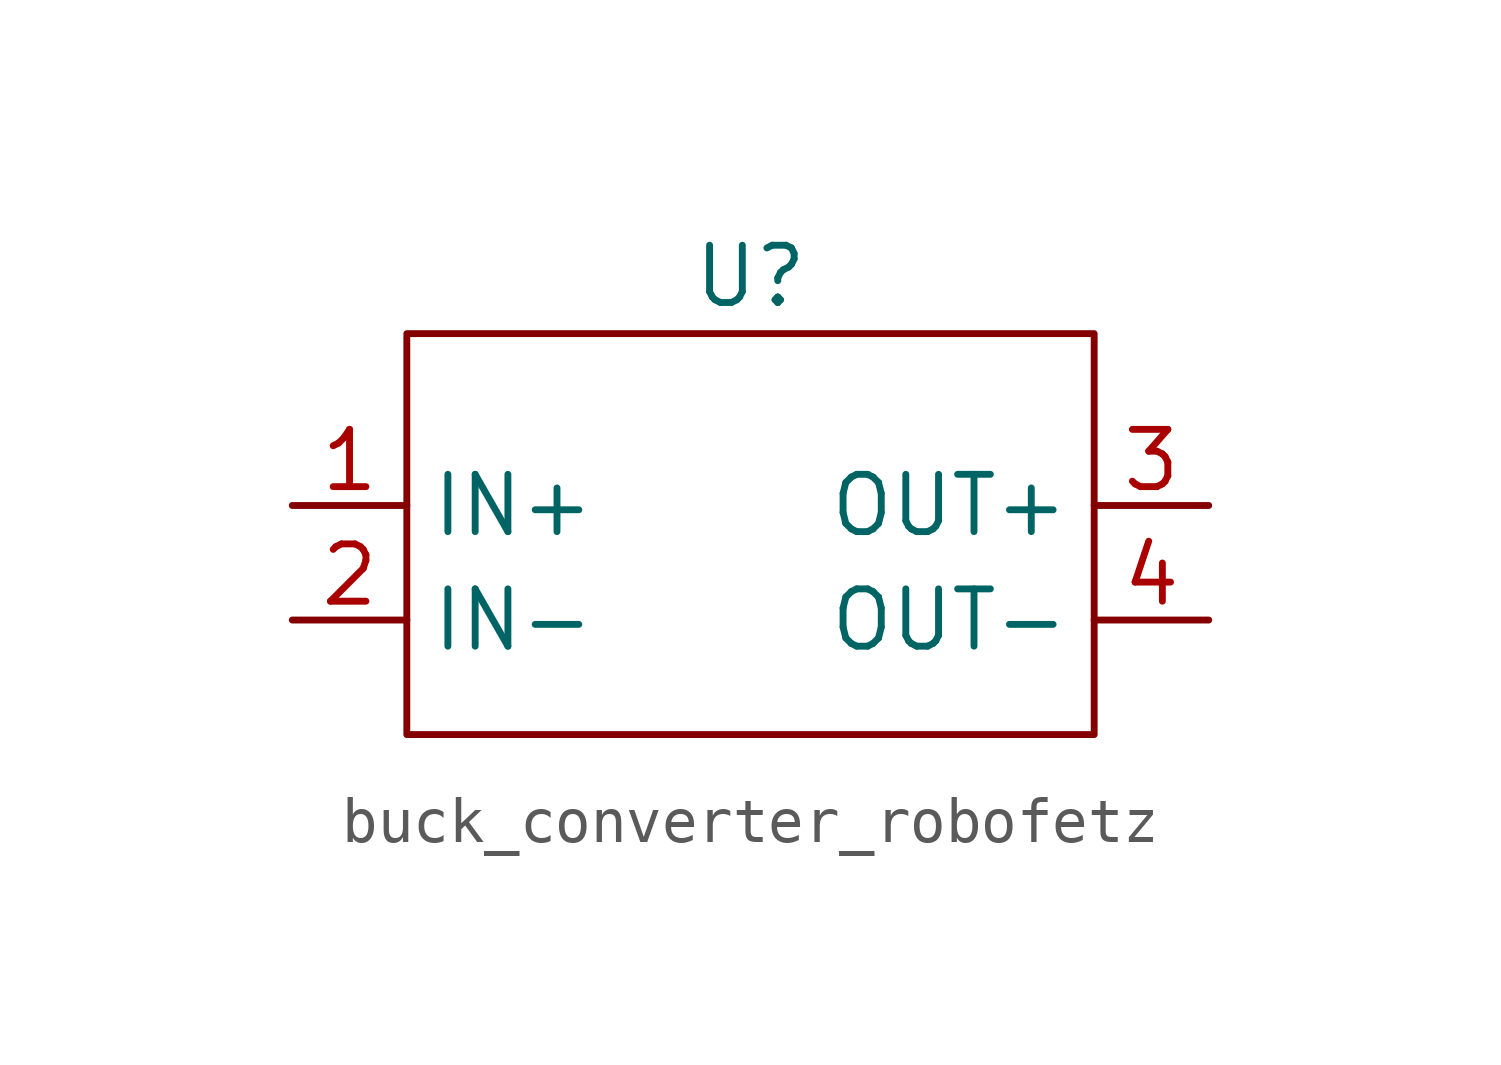
<source format=kicad_sym>
(kicad_symbol_lib
  (version 20241209)
  (generator "kicad_symbol_editor")
  (generator_version "9.0")
  (symbol "buck_converter_robofetz"
    (property "Reference" "U"
      (at 0 0 0)
      (effects (font (size 1.27 1.27))))
    (property "Value" ""
      (at 0 0 0)
      (effects (font (size 1.27 1.27))))
    (symbol "buck_converter_robofetz_0_1"
      (rectangle (start -7.62 -1.27) (end 7.62 -10.16) (stroke (width 0) (type default)) (fill (type none))))
    (symbol "buck_converter_robofetz_1_1"
      (pin power_in line (at -10.16 -5.08 0) (length 2.54) (name "IN+" (effects (font (size 1.27 1.27)))) (number "1" (effects (font (size 1.27 1.27)))))
      (pin power_in line (at -10.16 -7.62 0) (length 2.54) (name "IN-" (effects (font (size 1.27 1.27)))) (number "2" (effects (font (size 1.27 1.27)))))
      (pin power_out line (at 10.16 -5.08 180) (length 2.54) (name "OUT+" (effects (font (size 1.27 1.27)))) (number "3" (effects (font (size 1.27 1.27)))))
      (pin power_out line (at 10.16 -7.62 180) (length 2.54) (name "OUT-" (effects (font (size 1.27 1.27)))) (number "4" (effects (font (size 1.27 1.27))))))))
</source>
